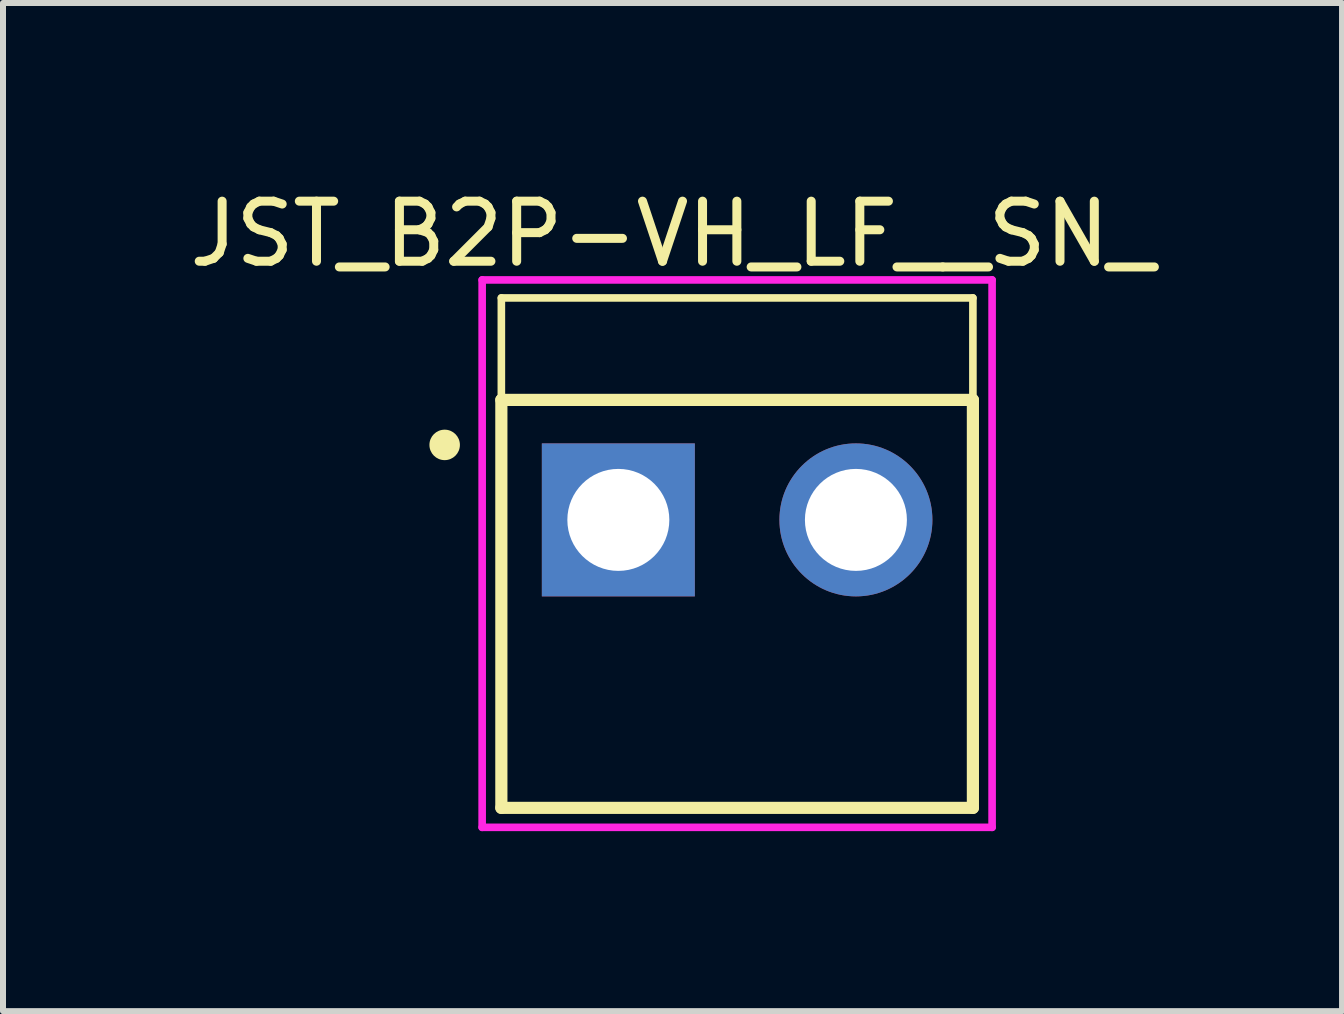
<source format=kicad_pcb>
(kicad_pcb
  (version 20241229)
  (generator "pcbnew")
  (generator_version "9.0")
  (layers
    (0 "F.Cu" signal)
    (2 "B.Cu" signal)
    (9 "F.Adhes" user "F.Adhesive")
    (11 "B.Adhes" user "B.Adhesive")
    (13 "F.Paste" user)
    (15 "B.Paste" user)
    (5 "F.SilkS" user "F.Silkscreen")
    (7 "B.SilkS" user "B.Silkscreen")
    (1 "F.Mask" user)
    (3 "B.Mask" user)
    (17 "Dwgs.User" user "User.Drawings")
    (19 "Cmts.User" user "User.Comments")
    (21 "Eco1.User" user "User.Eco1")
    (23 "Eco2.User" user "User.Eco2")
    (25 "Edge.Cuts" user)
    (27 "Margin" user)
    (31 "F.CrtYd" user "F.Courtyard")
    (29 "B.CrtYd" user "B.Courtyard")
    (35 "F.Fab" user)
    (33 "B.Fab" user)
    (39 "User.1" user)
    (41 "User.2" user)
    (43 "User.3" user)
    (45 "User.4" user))
  (footprint "JST_B2P-VH_LF__SN_"
    (layer "F.Cu")
    (at 9.237 5.616)
    (property "Reference" "JST_B2P-VH_LF__SN_" (at -1.077 -4.767 0) (layer "F.SilkS") (effects (font (size 1.001 1.001) (thickness 0.15))))
    (attr through_hole)
    (fp_line (start -3.93 -3.7) (end 3.93 -3.7) (stroke (width 0.127) (type solid)) (layer "F.SilkS"))
    (fp_line (start -3.93 -2) (end -3.93 -3.7) (stroke (width 0.127) (type solid)) (layer "F.SilkS"))
    (fp_line (start -3.93 4.8) (end -3.93 -2) (stroke (width 0.203) (type solid)) (layer "F.SilkS"))
    (fp_line (start 3.93 -2) (end -3.93 -2) (stroke (width 0.203) (type solid)) (layer "F.SilkS"))
    (fp_line (start 3.93 -2) (end 3.93 -3.7) (stroke (width 0.127) (type solid)) (layer "F.SilkS"))
    (fp_line (start 3.93 -2) (end 3.93 4.8) (stroke (width 0.203) (type solid)) (layer "F.SilkS"))
    (fp_line (start 3.93 4.8) (end -3.93 4.8) (stroke (width 0.203) (type solid)) (layer "F.SilkS"))
    (fp_circle (center -4.875 -1.25) (end -4.621 -1.25) (stroke (width 0) (type solid)) (fill yes) (layer "F.SilkS"))
    (fp_line (start -4.25 -4) (end 4.25 -4) (stroke (width 0.127) (type solid)) (layer "F.CrtYd"))
    (fp_line (start -4.25 5.125) (end -4.25 -4) (stroke (width 0.127) (type solid)) (layer "F.CrtYd"))
    (fp_line (start 4.25 -4) (end 4.25 5.125) (stroke (width 0.127) (type solid)) (layer "F.CrtYd"))
    (fp_line (start 4.25 5.125) (end -4.25 5.125) (stroke (width 0.127) (type solid)) (layer "F.CrtYd"))
    (pad "1" thru_hole rect (at -1.98 0) (size 2.55 2.55) (drill 1.7) (layers "*.Cu" "*.Mask"))
    (pad "2" thru_hole circle (at 1.98 0) (size 2.55 2.55) (drill 1.7) (layers "*.Cu" "*.Mask")))
  (gr_rect
    (start -3 -3)
    (end 19.32 13.804)
    (stroke (width 0.1) (type default))
    (fill no)
    (layer "Edge.Cuts")))
</source>
